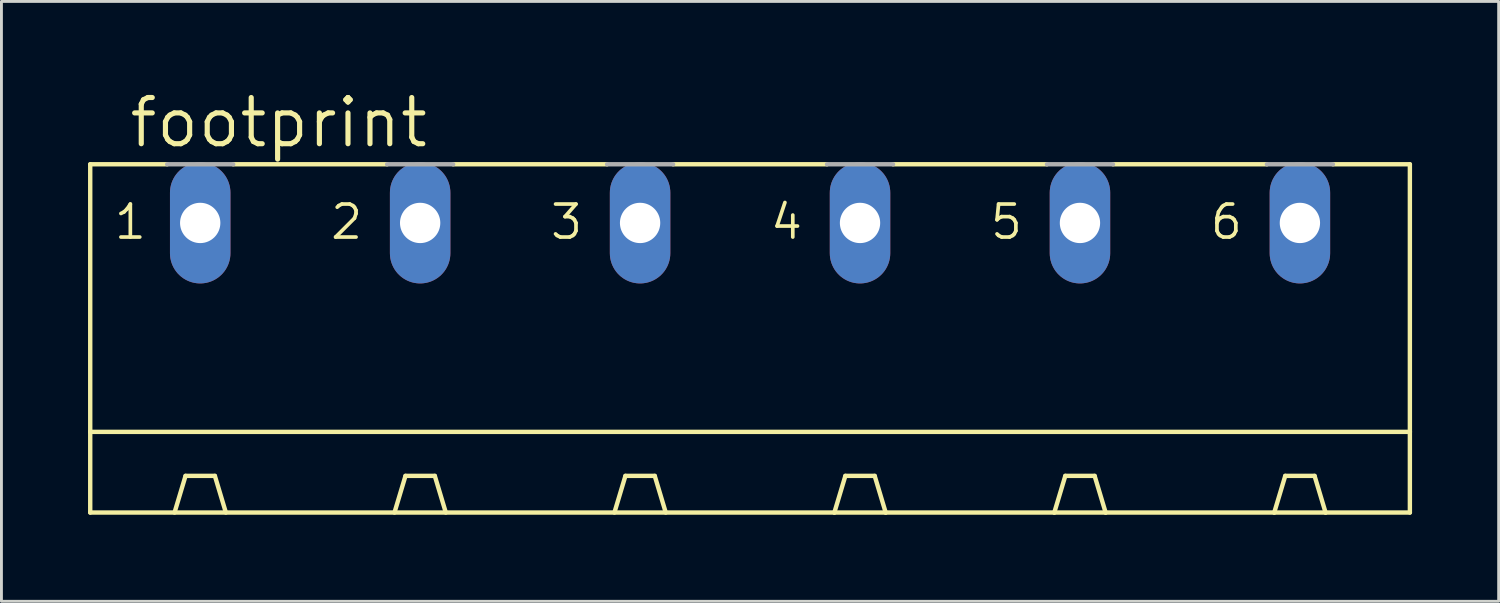
<source format=kicad_pcb>
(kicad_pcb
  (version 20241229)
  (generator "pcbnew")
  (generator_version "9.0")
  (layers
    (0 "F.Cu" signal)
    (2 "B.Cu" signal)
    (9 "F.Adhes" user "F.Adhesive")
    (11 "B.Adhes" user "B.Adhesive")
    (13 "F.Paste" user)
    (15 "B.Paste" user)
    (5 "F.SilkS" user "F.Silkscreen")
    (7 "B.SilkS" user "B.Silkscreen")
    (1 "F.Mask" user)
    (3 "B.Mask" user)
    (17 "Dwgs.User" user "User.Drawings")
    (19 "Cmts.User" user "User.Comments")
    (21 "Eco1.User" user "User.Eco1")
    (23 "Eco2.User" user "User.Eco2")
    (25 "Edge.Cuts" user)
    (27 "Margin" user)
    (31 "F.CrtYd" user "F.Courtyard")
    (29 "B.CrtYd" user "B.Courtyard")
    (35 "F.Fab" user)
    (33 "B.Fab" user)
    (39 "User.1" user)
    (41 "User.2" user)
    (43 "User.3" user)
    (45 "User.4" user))
  (footprint "footprint"
    (layer "F.Cu")
    (at 22.936 9.754)
    (property "Reference" "footprint" (at -21.59 -7.62 0) (layer "F.SilkS") (effects (font (size 1.6 1.6) (thickness 0.178)) (justify left bottom)))
    (fp_line (start -22.86 -7.112) (end -22.86 2.159) (stroke (width 0.152) (type solid)) (layer "F.SilkS"))
    (fp_line (start -22.86 -7.112) (end -20.193 -7.112) (stroke (width 0.152) (type solid)) (layer "F.SilkS"))
    (fp_line (start -22.86 2.159) (end -22.86 4.953) (stroke (width 0.152) (type solid)) (layer "F.SilkS"))
    (fp_line (start -22.86 2.159) (end 22.86 2.159) (stroke (width 0.152) (type solid)) (layer "F.SilkS"))
    (fp_line (start -19.939 4.953) (end -19.558 3.683) (stroke (width 0.152) (type solid)) (layer "F.SilkS"))
    (fp_line (start -18.542 3.683) (end -19.558 3.683) (stroke (width 0.152) (type solid)) (layer "F.SilkS"))
    (fp_line (start -18.161 4.953) (end -18.542 3.683) (stroke (width 0.152) (type solid)) (layer "F.SilkS"))
    (fp_line (start -17.907 -7.112) (end -12.573 -7.112) (stroke (width 0.152) (type solid)) (layer "F.SilkS"))
    (fp_line (start -12.319 4.953) (end -11.938 3.683) (stroke (width 0.152) (type solid)) (layer "F.SilkS"))
    (fp_line (start -11.938 3.683) (end -10.922 3.683) (stroke (width 0.152) (type solid)) (layer "F.SilkS"))
    (fp_line (start -10.541 4.953) (end -10.922 3.683) (stroke (width 0.152) (type solid)) (layer "F.SilkS"))
    (fp_line (start -10.287 -7.112) (end -4.953 -7.112) (stroke (width 0.152) (type solid)) (layer "F.SilkS"))
    (fp_line (start -4.699 4.953) (end -4.318 3.683) (stroke (width 0.152) (type solid)) (layer "F.SilkS"))
    (fp_line (start -4.318 3.683) (end -3.302 3.683) (stroke (width 0.152) (type solid)) (layer "F.SilkS"))
    (fp_line (start -2.921 4.953) (end -3.302 3.683) (stroke (width 0.152) (type solid)) (layer "F.SilkS"))
    (fp_line (start -2.667 -7.112) (end 2.667 -7.112) (stroke (width 0.152) (type solid)) (layer "F.SilkS"))
    (fp_line (start 2.921 4.953) (end -22.86 4.953) (stroke (width 0.152) (type solid)) (layer "F.SilkS"))
    (fp_line (start 2.921 4.953) (end 3.302 3.683) (stroke (width 0.152) (type solid)) (layer "F.SilkS"))
    (fp_line (start 3.302 3.683) (end 4.318 3.683) (stroke (width 0.152) (type solid)) (layer "F.SilkS"))
    (fp_line (start 4.699 4.953) (end 2.921 4.953) (stroke (width 0.152) (type solid)) (layer "F.SilkS"))
    (fp_line (start 4.699 4.953) (end 4.318 3.683) (stroke (width 0.152) (type solid)) (layer "F.SilkS"))
    (fp_line (start 4.953 -7.112) (end 10.287 -7.112) (stroke (width 0.152) (type solid)) (layer "F.SilkS"))
    (fp_line (start 10.541 4.953) (end 4.699 4.953) (stroke (width 0.152) (type solid)) (layer "F.SilkS"))
    (fp_line (start 10.541 4.953) (end 10.922 3.683) (stroke (width 0.152) (type solid)) (layer "F.SilkS"))
    (fp_line (start 10.922 3.683) (end 11.938 3.683) (stroke (width 0.152) (type solid)) (layer "F.SilkS"))
    (fp_line (start 12.319 4.953) (end 10.541 4.953) (stroke (width 0.152) (type solid)) (layer "F.SilkS"))
    (fp_line (start 12.319 4.953) (end 11.938 3.683) (stroke (width 0.152) (type solid)) (layer "F.SilkS"))
    (fp_line (start 12.573 -7.112) (end 17.907 -7.112) (stroke (width 0.152) (type solid)) (layer "F.SilkS"))
    (fp_line (start 18.161 4.953) (end 12.319 4.953) (stroke (width 0.152) (type solid)) (layer "F.SilkS"))
    (fp_line (start 18.161 4.953) (end 18.542 3.683) (stroke (width 0.152) (type solid)) (layer "F.SilkS"))
    (fp_line (start 18.542 3.683) (end 19.558 3.683) (stroke (width 0.152) (type solid)) (layer "F.SilkS"))
    (fp_line (start 19.939 4.953) (end 18.161 4.953) (stroke (width 0.152) (type solid)) (layer "F.SilkS"))
    (fp_line (start 19.939 4.953) (end 19.558 3.683) (stroke (width 0.152) (type solid)) (layer "F.SilkS"))
    (fp_line (start 20.193 -7.112) (end 22.86 -7.112) (stroke (width 0.152) (type solid)) (layer "F.SilkS"))
    (fp_line (start 22.86 -7.112) (end 22.86 2.159) (stroke (width 0.152) (type solid)) (layer "F.SilkS"))
    (fp_line (start 22.86 2.159) (end 22.86 4.953) (stroke (width 0.152) (type solid)) (layer "F.SilkS"))
    (fp_line (start 22.86 4.953) (end 19.939 4.953) (stroke (width 0.152) (type solid)) (layer "F.SilkS"))
    (fp_line (start -20.193 -7.112) (end -17.907 -7.112) (stroke (width 0.152) (type solid)) (layer "F.Fab"))
    (fp_line (start -12.573 -7.112) (end -10.287 -7.112) (stroke (width 0.152) (type solid)) (layer "F.Fab"))
    (fp_line (start -4.953 -7.112) (end -2.667 -7.112) (stroke (width 0.152) (type solid)) (layer "F.Fab"))
    (fp_line (start 2.667 -7.112) (end 4.953 -7.112) (stroke (width 0.152) (type solid)) (layer "F.Fab"))
    (fp_line (start 10.287 -7.112) (end 12.573 -7.112) (stroke (width 0.152) (type solid)) (layer "F.Fab"))
    (fp_line (start 17.907 -7.112) (end 20.193 -7.112) (stroke (width 0.152) (type solid)) (layer "F.Fab"))
    (fp_text user "4" (at 0.635 -4.445 0) (layer "F.SilkS") (effects (font (size 1.143 1.143) (thickness 0.127)) (justify left bottom)))
    (fp_text user "5" (at 8.255 -4.445 0) (layer "F.SilkS") (effects (font (size 1.143 1.143) (thickness 0.127)) (justify left bottom)))
    (fp_text user "6" (at 15.875 -4.445 0) (layer "F.SilkS") (effects (font (size 1.143 1.143) (thickness 0.127)) (justify left bottom)))
    (fp_text user "1" (at -22.098 -4.445 0) (layer "F.SilkS") (effects (font (size 1.143 1.143) (thickness 0.127)) (justify left bottom)))
    (fp_text user "3" (at -6.985 -4.445 0) (layer "F.SilkS") (effects (font (size 1.143 1.143) (thickness 0.127)) (justify left bottom)))
    (fp_text user "2" (at -14.605 -4.445 0) (layer "F.SilkS") (effects (font (size 1.143 1.143) (thickness 0.127)) (justify left bottom)))
    (pad "1" thru_hole oval (at -19.05 -5.08 90) (size 4.191 2.095) (drill 1.397) (layers "*.Cu" "*.Mask"))
    (pad "2" thru_hole oval (at -11.43 -5.08 90) (size 4.191 2.095) (drill 1.397) (layers "*.Cu" "*.Mask"))
    (pad "3" thru_hole oval (at -3.81 -5.08 90) (size 4.191 2.095) (drill 1.397) (layers "*.Cu" "*.Mask"))
    (pad "4" thru_hole oval (at 3.81 -5.08 90) (size 4.191 2.095) (drill 1.397) (layers "*.Cu" "*.Mask"))
    (pad "5" thru_hole oval (at 11.43 -5.08 90) (size 4.191 2.095) (drill 1.397) (layers "*.Cu" "*.Mask"))
    (pad "6" thru_hole oval (at 19.05 -5.08 90) (size 4.191 2.095) (drill 1.397) (layers "*.Cu" "*.Mask")))
  (gr_rect
    (start -3 -3)
    (end 48.872 17.783)
    (stroke (width 0.1) (type default))
    (fill no)
    (layer "Edge.Cuts")))
</source>
